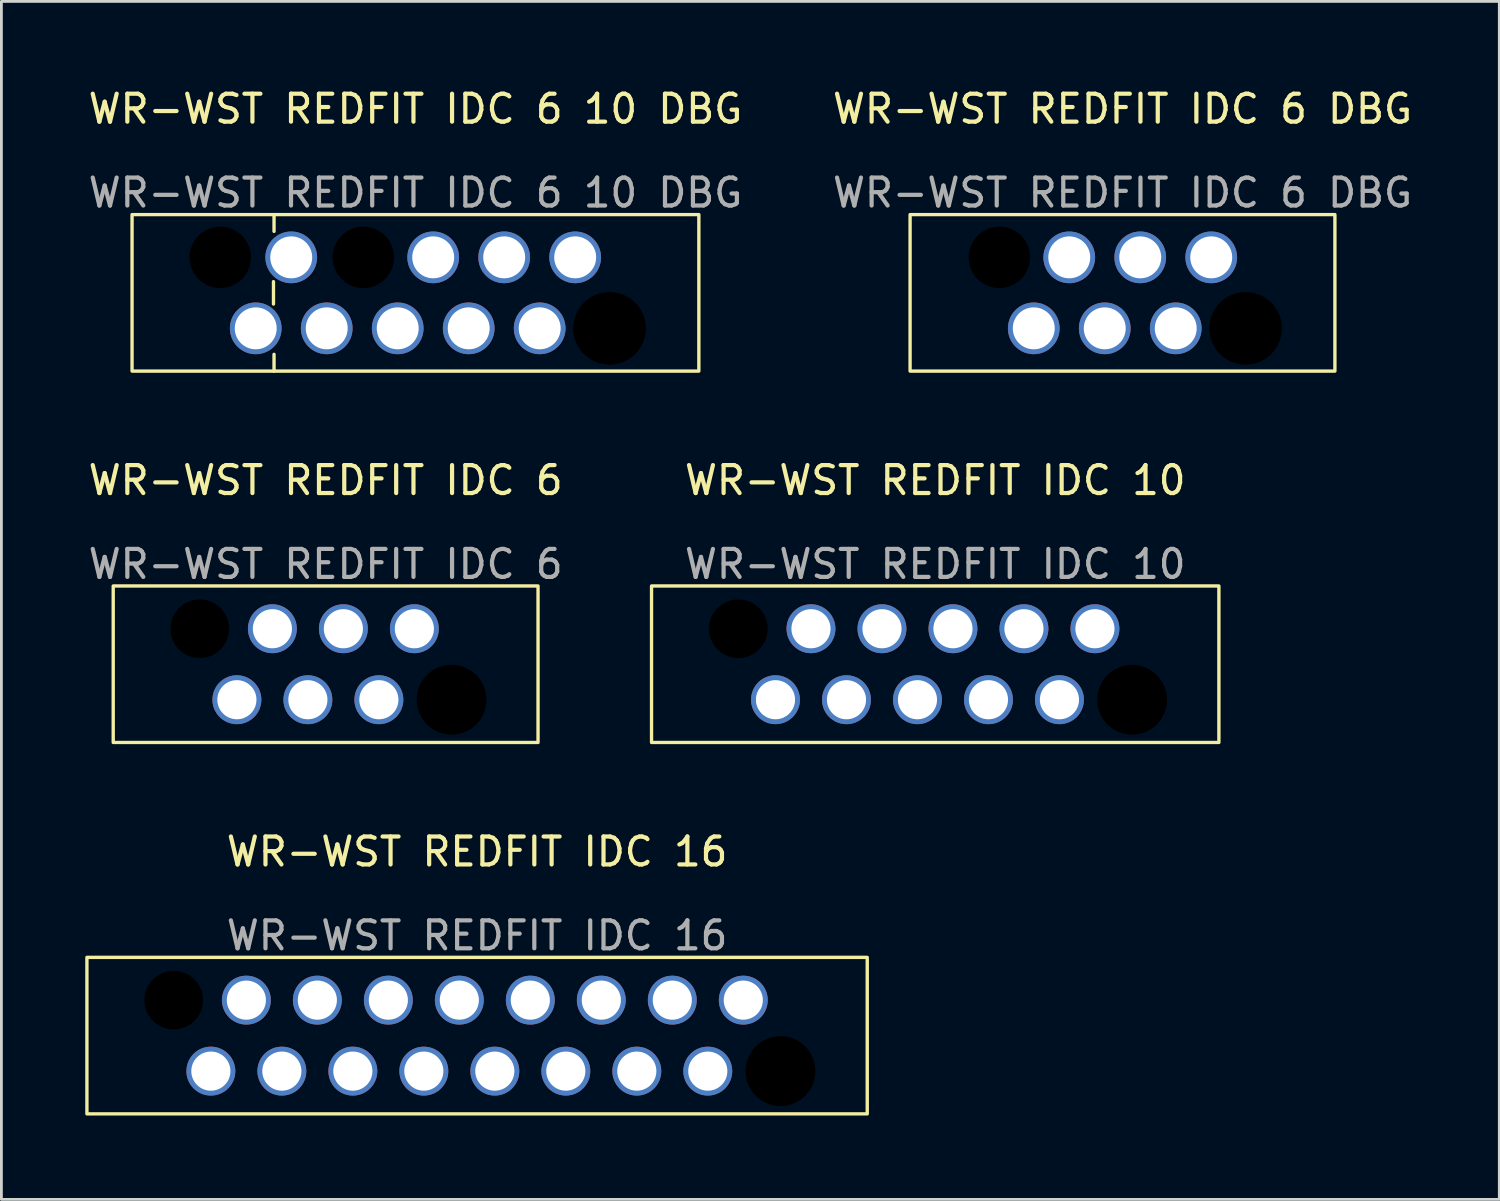
<source format=kicad_pcb>
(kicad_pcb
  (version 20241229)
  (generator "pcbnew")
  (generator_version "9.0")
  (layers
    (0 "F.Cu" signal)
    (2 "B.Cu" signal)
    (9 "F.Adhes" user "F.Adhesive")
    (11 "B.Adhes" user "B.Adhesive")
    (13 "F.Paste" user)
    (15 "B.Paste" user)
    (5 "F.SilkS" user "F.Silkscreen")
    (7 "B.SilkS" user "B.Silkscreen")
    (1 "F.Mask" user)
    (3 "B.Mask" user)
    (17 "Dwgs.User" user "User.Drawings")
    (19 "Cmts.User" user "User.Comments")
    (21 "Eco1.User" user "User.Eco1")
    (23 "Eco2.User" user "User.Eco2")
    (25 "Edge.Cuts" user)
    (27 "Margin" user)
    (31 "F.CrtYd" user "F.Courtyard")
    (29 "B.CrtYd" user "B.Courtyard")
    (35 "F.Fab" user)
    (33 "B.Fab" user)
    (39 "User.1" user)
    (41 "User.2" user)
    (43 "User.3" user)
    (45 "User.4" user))
  (footprint "WR-WST REDFIT IDC 6 10 DBG"
    (layer "F.Cu")
    (at 11.815 7.428)
    (property "Reference" "WR-WST REDFIT IDC 6 10 DBG" (at 0 -6.58 0) (unlocked yes) (layer "F.SilkS") (effects (font (size 1 1) (thickness 0.15))))
    (attr through_hole)
    (fp_line (start -5.08 0.4) (end -5.08 -0.4) (stroke (width 0.12) (type default)) (layer "F.SilkS"))
    (fp_line (start -5.06 -2.8) (end -5.06 -2.2) (stroke (width 0.12) (type default)) (layer "F.SilkS"))
    (fp_line (start -5.06 2.8) (end -5.06 2.2) (stroke (width 0.12) (type default)) (layer "F.SilkS"))
    (fp_rect (start -10.14 -2.8) (end 10.14 2.8) (stroke (width 0.12) (type solid)) (fill no) (layer "F.SilkS"))
    (fp_text user "${REFERENCE}" (at 0 -3.58 0) (unlocked yes) (layer "F.Fab") (effects (font (size 1 1) (thickness 0.15))))
    (pad "" np_thru_hole circle (at -6.985 -1.27) (size 2.2 2.2) (drill 2.2) (layers "*.Mask"))
    (pad "" np_thru_hole circle (at -1.865 -1.27) (size 2.2 2.2) (drill 2.2) (layers "*.Mask"))
    (pad "" np_thru_hole circle (at 6.945 1.27) (size 2.6 2.6) (drill 2.6) (layers "*.Mask"))
    (pad "1" thru_hole circle (at 5.715 -1.27) (size 1.85 1.85) (drill 1.5) (layers "*.Cu" "*.Mask"))
    (pad "2" thru_hole circle (at 4.445 1.27) (size 1.85 1.85) (drill 1.5) (layers "*.Cu" "*.Mask"))
    (pad "3" thru_hole circle (at 3.175 -1.27) (size 1.85 1.85) (drill 1.5) (layers "*.Cu" "*.Mask"))
    (pad "4" thru_hole circle (at 1.905 1.27) (size 1.85 1.85) (drill 1.5) (layers "*.Cu" "*.Mask"))
    (pad "5" thru_hole circle (at 0.635 -1.27) (size 1.85 1.85) (drill 1.5) (layers "*.Cu" "*.Mask"))
    (pad "6" thru_hole circle (at -0.635 1.27) (size 1.85 1.85) (drill 1.5) (layers "*.Cu" "*.Mask"))
    (pad "8" thru_hole circle (at -3.175 1.27) (size 1.85 1.85) (drill 1.5) (layers "*.Cu" "*.Mask"))
    (pad "9" thru_hole circle (at -4.445 -1.27) (size 1.85 1.85) (drill 1.5) (layers "*.Cu" "*.Mask"))
    (pad "10" thru_hole circle (at -5.715 1.27) (size 1.85 1.85) (drill 1.5) (layers "*.Cu" "*.Mask")))
  (footprint "WR-WST REDFIT IDC 16"
    (layer "F.Cu")
    (at 14.02 34.005)
    (property "Reference" "WR-WST REDFIT IDC 16" (at 0 -6.58 0) (unlocked yes) (layer "F.SilkS") (effects (font (size 1 1) (thickness 0.15))))
    (attr through_hole)
    (fp_rect (start -13.96 -2.8) (end 13.96 2.8) (stroke (width 0.12) (type solid)) (fill no) (layer "F.SilkS"))
    (fp_text user "${REFERENCE}" (at 0 -3.58 0) (unlocked yes) (layer "F.Fab") (effects (font (size 1 1) (thickness 0.15))))
    (pad "" np_thru_hole circle (at -10.855 -1.27) (size 2.1 2.1) (drill 2.1) (layers "*.Mask"))
    (pad "" np_thru_hole circle (at 10.855 1.27) (size 2.5 2.5) (drill 2.5) (layers "*.Mask"))
    (pad "1" thru_hole circle (at 9.525 -1.27) (size 1.75 1.75) (drill 1.4) (layers "*.Cu" "*.Mask"))
    (pad "2" thru_hole circle (at 8.255 1.27) (size 1.75 1.75) (drill 1.4) (layers "*.Cu" "*.Mask"))
    (pad "3" thru_hole circle (at 6.985 -1.27) (size 1.75 1.75) (drill 1.4) (layers "*.Cu" "*.Mask"))
    (pad "4" thru_hole circle (at 5.715 1.27) (size 1.75 1.75) (drill 1.4) (layers "*.Cu" "*.Mask"))
    (pad "5" thru_hole circle (at 4.445 -1.27) (size 1.75 1.75) (drill 1.4) (layers "*.Cu" "*.Mask"))
    (pad "6" thru_hole circle (at 3.175 1.27) (size 1.75 1.75) (drill 1.4) (layers "*.Cu" "*.Mask"))
    (pad "7" thru_hole circle (at 1.905 -1.27) (size 1.75 1.75) (drill 1.4) (layers "*.Cu" "*.Mask"))
    (pad "8" thru_hole circle (at 0.635 1.27) (size 1.75 1.75) (drill 1.4) (layers "*.Cu" "*.Mask"))
    (pad "9" thru_hole circle (at -0.635 -1.27) (size 1.75 1.75) (drill 1.4) (layers "*.Cu" "*.Mask"))
    (pad "10" thru_hole circle (at -1.905 1.27) (size 1.75 1.75) (drill 1.4) (layers "*.Cu" "*.Mask"))
    (pad "11" thru_hole circle (at -3.175 -1.27) (size 1.75 1.75) (drill 1.4) (layers "*.Cu" "*.Mask"))
    (pad "12" thru_hole circle (at -4.445 1.27) (size 1.75 1.75) (drill 1.4) (layers "*.Cu" "*.Mask"))
    (pad "13" thru_hole circle (at -5.715 -1.27) (size 1.75 1.75) (drill 1.4) (layers "*.Cu" "*.Mask"))
    (pad "14" thru_hole circle (at -6.985 1.27) (size 1.75 1.75) (drill 1.4) (layers "*.Cu" "*.Mask"))
    (pad "15" thru_hole circle (at -8.255 -1.27) (size 1.75 1.75) (drill 1.4) (layers "*.Cu" "*.Mask"))
    (pad "16" thru_hole circle (at -9.525 1.27) (size 1.75 1.75) (drill 1.4) (layers "*.Cu" "*.Mask")))
  (footprint "WR-WST REDFIT IDC 6"
    (layer "F.Cu")
    (at 8.601 20.716)
    (property "Reference" "WR-WST REDFIT IDC 6" (at 0 -6.58 0) (unlocked yes) (layer "F.SilkS") (effects (font (size 1 1) (thickness 0.15))))
    (attr through_hole)
    (fp_rect (start -7.6 -2.8) (end 7.6 2.8) (stroke (width 0.12) (type solid)) (fill no) (layer "F.SilkS"))
    (fp_text user "${REFERENCE}" (at 0 -3.58 0) (unlocked yes) (layer "F.Fab") (effects (font (size 1 1) (thickness 0.15))))
    (pad "" np_thru_hole circle (at -4.505 -1.27) (size 2.1 2.1) (drill 2.1) (layers "*.Mask"))
    (pad "" np_thru_hole circle (at 4.505 1.27) (size 2.5 2.5) (drill 2.5) (layers "*.Mask"))
    (pad "1" thru_hole circle (at 3.175 -1.27) (size 1.75 1.75) (drill 1.4) (layers "*.Cu" "*.Mask"))
    (pad "2" thru_hole circle (at 1.905 1.27) (size 1.75 1.75) (drill 1.4) (layers "*.Cu" "*.Mask"))
    (pad "3" thru_hole circle (at 0.635 -1.27) (size 1.75 1.75) (drill 1.4) (layers "*.Cu" "*.Mask"))
    (pad "4" thru_hole circle (at -0.635 1.27) (size 1.75 1.75) (drill 1.4) (layers "*.Cu" "*.Mask"))
    (pad "5" thru_hole circle (at -1.905 -1.27) (size 1.75 1.75) (drill 1.4) (layers "*.Cu" "*.Mask"))
    (pad "6" thru_hole circle (at -3.175 1.27) (size 1.75 1.75) (drill 1.4) (layers "*.Cu" "*.Mask")))
  (footprint "WR-WST REDFIT IDC 6 DBG"
    (layer "F.Cu")
    (at 37.113 7.428)
    (property "Reference" "WR-WST REDFIT IDC 6 DBG" (at 0 -6.58 0) (unlocked yes) (layer "F.SilkS") (effects (font (size 1 1) (thickness 0.15))))
    (attr through_hole)
    (fp_rect (start -7.6 -2.8) (end 7.6 2.8) (stroke (width 0.12) (type solid)) (fill no) (layer "F.SilkS"))
    (fp_text user "${REFERENCE}" (at 0 -3.58 0) (unlocked yes) (layer "F.Fab") (effects (font (size 1 1) (thickness 0.15))))
    (pad "" np_thru_hole circle (at -4.405 -1.27) (size 2.2 2.2) (drill 2.2) (layers "*.Mask"))
    (pad "" np_thru_hole circle (at 4.405 1.27) (size 2.6 2.6) (drill 2.6) (layers "*.Mask"))
    (pad "1" thru_hole circle (at 3.175 -1.27) (size 1.85 1.85) (drill 1.5) (layers "*.Cu" "*.Mask"))
    (pad "2" thru_hole circle (at 1.905 1.27) (size 1.85 1.85) (drill 1.5) (layers "*.Cu" "*.Mask"))
    (pad "3" thru_hole circle (at 0.635 -1.27) (size 1.85 1.85) (drill 1.5) (layers "*.Cu" "*.Mask"))
    (pad "4" thru_hole circle (at -0.635 1.27) (size 1.85 1.85) (drill 1.5) (layers "*.Cu" "*.Mask"))
    (pad "5" thru_hole circle (at -1.905 -1.27) (size 1.85 1.85) (drill 1.5) (layers "*.Cu" "*.Mask"))
    (pad "6" thru_hole circle (at -3.175 1.27) (size 1.85 1.85) (drill 1.5) (layers "*.Cu" "*.Mask")))
  (footprint "WR-WST REDFIT IDC 10"
    (layer "F.Cu")
    (at 30.412 20.716)
    (property "Reference" "WR-WST REDFIT IDC 10" (at 0 -6.58 0) (unlocked yes) (layer "F.SilkS") (effects (font (size 1 1) (thickness 0.15))))
    (attr through_hole)
    (fp_rect (start -10.15 -2.8) (end 10.15 2.8) (stroke (width 0.12) (type solid)) (fill no) (layer "F.SilkS"))
    (fp_text user "${REFERENCE}" (at 0 -3.58 0) (unlocked yes) (layer "F.Fab") (effects (font (size 1 1) (thickness 0.15))))
    (pad "" np_thru_hole circle (at -7.045 -1.27) (size 2.1 2.1) (drill 2.1) (layers "*.Mask"))
    (pad "" np_thru_hole circle (at 7.045 1.27) (size 2.5 2.5) (drill 2.5) (layers "*.Mask"))
    (pad "1" thru_hole circle (at 5.715 -1.27) (size 1.75 1.75) (drill 1.4) (layers "*.Cu" "*.Mask"))
    (pad "2" thru_hole circle (at 4.445 1.27) (size 1.75 1.75) (drill 1.4) (layers "*.Cu" "*.Mask"))
    (pad "3" thru_hole circle (at 3.175 -1.27) (size 1.75 1.75) (drill 1.4) (layers "*.Cu" "*.Mask"))
    (pad "4" thru_hole circle (at 1.905 1.27) (size 1.75 1.75) (drill 1.4) (layers "*.Cu" "*.Mask"))
    (pad "5" thru_hole circle (at 0.635 -1.27) (size 1.75 1.75) (drill 1.4) (layers "*.Cu" "*.Mask"))
    (pad "6" thru_hole circle (at -0.635 1.27) (size 1.75 1.75) (drill 1.4) (layers "*.Cu" "*.Mask"))
    (pad "7" thru_hole circle (at -1.905 -1.27) (size 1.75 1.75) (drill 1.4) (layers "*.Cu" "*.Mask"))
    (pad "8" thru_hole circle (at -3.175 1.27) (size 1.75 1.75) (drill 1.4) (layers "*.Cu" "*.Mask"))
    (pad "9" thru_hole circle (at -4.445 -1.27) (size 1.75 1.75) (drill 1.4) (layers "*.Cu" "*.Mask"))
    (pad "10" thru_hole circle (at -5.715 1.27) (size 1.75 1.75) (drill 1.4) (layers "*.Cu" "*.Mask")))
  (gr_rect
    (start -3 -3)
    (end 50.595 39.865)
    (stroke (width 0.1) (type default))
    (fill no)
    (layer "Edge.Cuts")))
</source>
